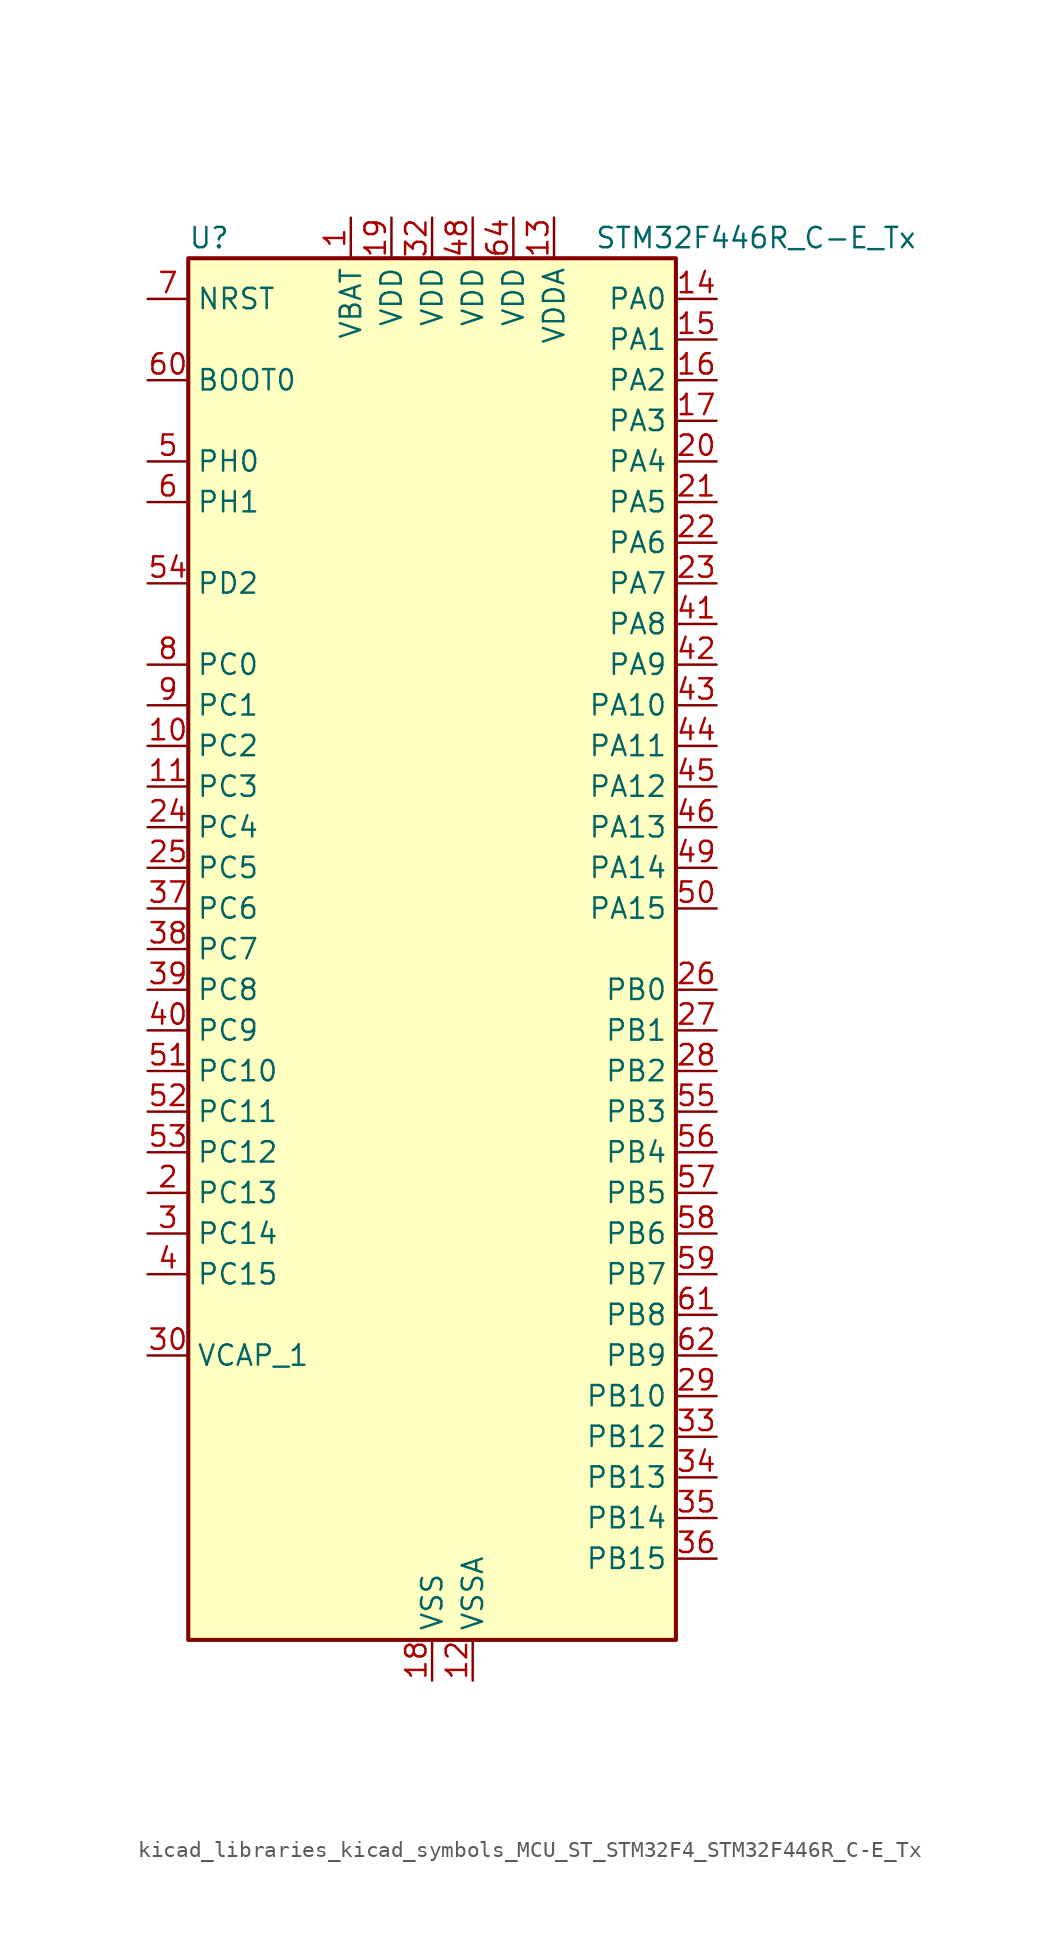
<source format=kicad_sym>
(kicad_symbol_lib
  (version 20220914)
  (generator kicad_symbol_editor)
  (symbol "kicad_libraries_kicad_symbols_MCU_ST_STM32F4_STM32F446R_C-E_Tx"
    (property "Reference" "U"
      (at -15.24 44.45 0)
      (effects (font (size 1.27 1.27)) (justify left)))
    (property "Value" "STM32F446R_C-E_Tx"
      (at 10.16 44.45 0)
      (effects (font (size 1.27 1.27)) (justify left)))
    (property "ki_locked" ""
      (at 0 0 0)
      (effects (font (size 1.27 1.27))))
    (symbol "kicad_libraries_kicad_symbols_MCU_ST_STM32F4_STM32F446R_C-E_Tx_0_1"
      (rectangle (start -15.24 -43.18) (end 15.24 43.18) (stroke (width 0.254) (type default)) (fill (type background))))
    (symbol "kicad_libraries_kicad_symbols_MCU_ST_STM32F4_STM32F446R_C-E_Tx_1_1"
      (pin power_in line (at -5.08 45.72 270) (length 2.54) (name "VBAT" (effects (font (size 1.27 1.27)))) (number "1" (effects (font (size 1.27 1.27)))))
      (pin bidirectional line (at -17.78 12.7 0) (length 2.54) (name "PC2" (effects (font (size 1.27 1.27)))) (number "10" (effects (font (size 1.27 1.27)))) (alternate "ADC1_IN12" bidirectional line) (alternate "ADC2_IN12" bidirectional line) (alternate "ADC3_IN12" bidirectional line) (alternate "SPI2_MISO" bidirectional line) (alternate "USB_OTG_HS_ULPI_DIR" bidirectional line))
      (pin bidirectional line (at -17.78 10.16 0) (length 2.54) (name "PC3" (effects (font (size 1.27 1.27)))) (number "11" (effects (font (size 1.27 1.27)))) (alternate "ADC1_IN13" bidirectional line) (alternate "ADC2_IN13" bidirectional line) (alternate "ADC3_IN13" bidirectional line) (alternate "I2S2_SD" bidirectional line) (alternate "SPI2_MOSI" bidirectional line) (alternate "USB_OTG_HS_ULPI_NXT" bidirectional line))
      (pin power_in line (at 2.54 -45.72 90) (length 2.54) (name "VSSA" (effects (font (size 1.27 1.27)))) (number "12" (effects (font (size 1.27 1.27)))))
      (pin power_in line (at 7.62 45.72 270) (length 2.54) (name "VDDA" (effects (font (size 1.27 1.27)))) (number "13" (effects (font (size 1.27 1.27)))))
      (pin bidirectional line (at 17.78 40.64 180) (length 2.54) (name "PA0" (effects (font (size 1.27 1.27)))) (number "14" (effects (font (size 1.27 1.27)))) (alternate "ADC1_IN0" bidirectional line) (alternate "ADC2_IN0" bidirectional line) (alternate "ADC3_IN0" bidirectional line) (alternate "RTC_AF2" bidirectional line) (alternate "SYS_WKUP0" bidirectional line) (alternate "TIM2_CH1" bidirectional line) (alternate "TIM2_ETR" bidirectional line) (alternate "TIM5_CH1" bidirectional line) (alternate "TIM8_ETR" bidirectional line) (alternate "UART4_TX" bidirectional line) (alternate "USART2_CTS" bidirectional line))
      (pin bidirectional line (at 17.78 38.1 180) (length 2.54) (name "PA1" (effects (font (size 1.27 1.27)))) (number "15" (effects (font (size 1.27 1.27)))) (alternate "ADC1_IN1" bidirectional line) (alternate "ADC2_IN1" bidirectional line) (alternate "ADC3_IN1" bidirectional line) (alternate "QUADSPI_BK1_IO3" bidirectional line) (alternate "TIM2_CH2" bidirectional line) (alternate "TIM5_CH2" bidirectional line) (alternate "UART4_RX" bidirectional line) (alternate "USART2_RTS" bidirectional line))
      (pin bidirectional line (at 17.78 35.56 180) (length 2.54) (name "PA2" (effects (font (size 1.27 1.27)))) (number "16" (effects (font (size 1.27 1.27)))) (alternate "ADC1_IN2" bidirectional line) (alternate "ADC2_IN2" bidirectional line) (alternate "ADC3_IN2" bidirectional line) (alternate "TIM2_CH3" bidirectional line) (alternate "TIM5_CH3" bidirectional line) (alternate "TIM9_CH1" bidirectional line) (alternate "USART2_TX" bidirectional line))
      (pin bidirectional line (at 17.78 33.02 180) (length 2.54) (name "PA3" (effects (font (size 1.27 1.27)))) (number "17" (effects (font (size 1.27 1.27)))) (alternate "ADC1_IN3" bidirectional line) (alternate "ADC2_IN3" bidirectional line) (alternate "ADC3_IN3" bidirectional line) (alternate "SAI1_FS_A" bidirectional line) (alternate "TIM2_CH4" bidirectional line) (alternate "TIM5_CH4" bidirectional line) (alternate "TIM9_CH2" bidirectional line) (alternate "USART2_RX" bidirectional line) (alternate "USB_OTG_HS_ULPI_D0" bidirectional line))
      (pin power_in line (at 0 -45.72 90) (length 2.54) (name "VSS" (effects (font (size 1.27 1.27)))) (number "18" (effects (font (size 1.27 1.27)))))
      (pin power_in line (at -2.54 45.72 270) (length 2.54) (name "VDD" (effects (font (size 1.27 1.27)))) (number "19" (effects (font (size 1.27 1.27)))))
      (pin bidirectional line (at -17.78 -15.24 0) (length 2.54) (name "PC13" (effects (font (size 1.27 1.27)))) (number "2" (effects (font (size 1.27 1.27)))) (alternate "RTC_AF1" bidirectional line) (alternate "SYS_WKUP1" bidirectional line))
      (pin bidirectional line (at 17.78 30.48 180) (length 2.54) (name "PA4" (effects (font (size 1.27 1.27)))) (number "20" (effects (font (size 1.27 1.27)))) (alternate "ADC1_IN4" bidirectional line) (alternate "ADC2_IN4" bidirectional line) (alternate "DAC_OUT1" bidirectional line) (alternate "DCMI_HSYNC" bidirectional line) (alternate "I2S1_WS" bidirectional line) (alternate "I2S3_WS" bidirectional line) (alternate "SPI1_NSS" bidirectional line) (alternate "SPI3_NSS" bidirectional line) (alternate "USART2_CK" bidirectional line) (alternate "USB_OTG_HS_SOF" bidirectional line))
      (pin bidirectional line (at 17.78 27.94 180) (length 2.54) (name "PA5" (effects (font (size 1.27 1.27)))) (number "21" (effects (font (size 1.27 1.27)))) (alternate "ADC1_IN5" bidirectional line) (alternate "ADC2_IN5" bidirectional line) (alternate "DAC_OUT2" bidirectional line) (alternate "I2S1_CK" bidirectional line) (alternate "SPI1_SCK" bidirectional line) (alternate "TIM2_CH1" bidirectional line) (alternate "TIM2_ETR" bidirectional line) (alternate "TIM8_CH1N" bidirectional line) (alternate "USB_OTG_HS_ULPI_CK" bidirectional line))
      (pin bidirectional line (at 17.78 25.4 180) (length 2.54) (name "PA6" (effects (font (size 1.27 1.27)))) (number "22" (effects (font (size 1.27 1.27)))) (alternate "ADC1_IN6" bidirectional line) (alternate "ADC2_IN6" bidirectional line) (alternate "DCMI_PIXCLK" bidirectional line) (alternate "I2S2_MCK" bidirectional line) (alternate "SPI1_MISO" bidirectional line) (alternate "TIM13_CH1" bidirectional line) (alternate "TIM1_BKIN" bidirectional line) (alternate "TIM3_CH1" bidirectional line) (alternate "TIM8_BKIN" bidirectional line))
      (pin bidirectional line (at 17.78 22.86 180) (length 2.54) (name "PA7" (effects (font (size 1.27 1.27)))) (number "23" (effects (font (size 1.27 1.27)))) (alternate "ADC1_IN7" bidirectional line) (alternate "ADC2_IN7" bidirectional line) (alternate "I2S1_SD" bidirectional line) (alternate "SPI1_MOSI" bidirectional line) (alternate "TIM14_CH1" bidirectional line) (alternate "TIM1_CH1N" bidirectional line) (alternate "TIM3_CH2" bidirectional line) (alternate "TIM8_CH1N" bidirectional line))
      (pin bidirectional line (at -17.78 7.62 0) (length 2.54) (name "PC4" (effects (font (size 1.27 1.27)))) (number "24" (effects (font (size 1.27 1.27)))) (alternate "ADC1_IN14" bidirectional line) (alternate "ADC2_IN14" bidirectional line) (alternate "I2S1_MCK" bidirectional line) (alternate "SPDIFRX_IN2" bidirectional line))
      (pin bidirectional line (at -17.78 5.08 0) (length 2.54) (name "PC5" (effects (font (size 1.27 1.27)))) (number "25" (effects (font (size 1.27 1.27)))) (alternate "ADC1_IN15" bidirectional line) (alternate "ADC2_IN15" bidirectional line) (alternate "SPDIFRX_IN3" bidirectional line) (alternate "USART3_RX" bidirectional line))
      (pin bidirectional line (at 17.78 -2.54 180) (length 2.54) (name "PB0" (effects (font (size 1.27 1.27)))) (number "26" (effects (font (size 1.27 1.27)))) (alternate "ADC1_IN8" bidirectional line) (alternate "ADC2_IN8" bidirectional line) (alternate "I2S3_SD" bidirectional line) (alternate "SDIO_D1" bidirectional line) (alternate "SPI3_MOSI" bidirectional line) (alternate "TIM1_CH2N" bidirectional line) (alternate "TIM3_CH3" bidirectional line) (alternate "TIM8_CH2N" bidirectional line) (alternate "UART4_CTS" bidirectional line) (alternate "USB_OTG_HS_ULPI_D1" bidirectional line))
      (pin bidirectional line (at 17.78 -5.08 180) (length 2.54) (name "PB1" (effects (font (size 1.27 1.27)))) (number "27" (effects (font (size 1.27 1.27)))) (alternate "ADC1_IN9" bidirectional line) (alternate "ADC2_IN9" bidirectional line) (alternate "SDIO_D2" bidirectional line) (alternate "TIM1_CH3N" bidirectional line) (alternate "TIM3_CH4" bidirectional line) (alternate "TIM8_CH3N" bidirectional line) (alternate "USB_OTG_HS_ULPI_D2" bidirectional line))
      (pin bidirectional line (at 17.78 -7.62 180) (length 2.54) (name "PB2" (effects (font (size 1.27 1.27)))) (number "28" (effects (font (size 1.27 1.27)))) (alternate "I2S3_SD" bidirectional line) (alternate "QUADSPI_CLK" bidirectional line) (alternate "SAI1_SD_A" bidirectional line) (alternate "SDIO_CK" bidirectional line) (alternate "SPI3_MOSI" bidirectional line) (alternate "TIM2_CH4" bidirectional line) (alternate "USB_OTG_HS_ULPI_D4" bidirectional line))
      (pin bidirectional line (at 17.78 -27.94 180) (length 2.54) (name "PB10" (effects (font (size 1.27 1.27)))) (number "29" (effects (font (size 1.27 1.27)))) (alternate "I2C2_SCL" bidirectional line) (alternate "I2S2_CK" bidirectional line) (alternate "SAI1_SCK_A" bidirectional line) (alternate "SPI2_SCK" bidirectional line) (alternate "TIM2_CH3" bidirectional line) (alternate "USART3_TX" bidirectional line) (alternate "USB_OTG_HS_ULPI_D3" bidirectional line))
      (pin bidirectional line (at -17.78 -17.78 0) (length 2.54) (name "PC14" (effects (font (size 1.27 1.27)))) (number "3" (effects (font (size 1.27 1.27)))) (alternate "RCC_OSC32_IN" bidirectional line))
      (pin power_out line (at -17.78 -25.4 0) (length 2.54) (name "VCAP_1" (effects (font (size 1.27 1.27)))) (number "30" (effects (font (size 1.27 1.27)))))
      (pin passive line (at 0 -45.72 90) (length 2.54) hide (name "VSS" (effects (font (size 1.27 1.27)))) (number "31" (effects (font (size 1.27 1.27)))))
      (pin power_in line (at 0 45.72 270) (length 2.54) (name "VDD" (effects (font (size 1.27 1.27)))) (number "32" (effects (font (size 1.27 1.27)))))
      (pin bidirectional line (at 17.78 -30.48 180) (length 2.54) (name "PB12" (effects (font (size 1.27 1.27)))) (number "33" (effects (font (size 1.27 1.27)))) (alternate "CAN2_RX" bidirectional line) (alternate "I2C2_SMBA" bidirectional line) (alternate "I2S2_WS" bidirectional line) (alternate "SAI1_SCK_B" bidirectional line) (alternate "SPI2_NSS" bidirectional line) (alternate "TIM1_BKIN" bidirectional line) (alternate "USART3_CK" bidirectional line) (alternate "USB_OTG_HS_ID" bidirectional line) (alternate "USB_OTG_HS_ULPI_D5" bidirectional line))
      (pin bidirectional line (at 17.78 -33.02 180) (length 2.54) (name "PB13" (effects (font (size 1.27 1.27)))) (number "34" (effects (font (size 1.27 1.27)))) (alternate "CAN2_TX" bidirectional line) (alternate "I2S2_CK" bidirectional line) (alternate "SPI2_SCK" bidirectional line) (alternate "TIM1_CH1N" bidirectional line) (alternate "USART3_CTS" bidirectional line) (alternate "USB_OTG_HS_ULPI_D6" bidirectional line) (alternate "USB_OTG_HS_VBUS" bidirectional line))
      (pin bidirectional line (at 17.78 -35.56 180) (length 2.54) (name "PB14" (effects (font (size 1.27 1.27)))) (number "35" (effects (font (size 1.27 1.27)))) (alternate "SPI2_MISO" bidirectional line) (alternate "TIM12_CH1" bidirectional line) (alternate "TIM1_CH2N" bidirectional line) (alternate "TIM8_CH2N" bidirectional line) (alternate "USART3_RTS" bidirectional line) (alternate "USB_OTG_HS_DM" bidirectional line))
      (pin bidirectional line (at 17.78 -38.1 180) (length 2.54) (name "PB15" (effects (font (size 1.27 1.27)))) (number "36" (effects (font (size 1.27 1.27)))) (alternate "ADC1_EXTI15" bidirectional line) (alternate "ADC2_EXTI15" bidirectional line) (alternate "ADC3_EXTI15" bidirectional line) (alternate "I2S2_SD" bidirectional line) (alternate "RTC_REFIN" bidirectional line) (alternate "SPI2_MOSI" bidirectional line) (alternate "TIM12_CH2" bidirectional line) (alternate "TIM1_CH3N" bidirectional line) (alternate "TIM8_CH3N" bidirectional line) (alternate "USB_OTG_HS_DP" bidirectional line))
      (pin bidirectional line (at -17.78 2.54 0) (length 2.54) (name "PC6" (effects (font (size 1.27 1.27)))) (number "37" (effects (font (size 1.27 1.27)))) (alternate "DCMI_D0" bidirectional line) (alternate "FMPI2C1_SCL" bidirectional line) (alternate "I2S2_MCK" bidirectional line) (alternate "SDIO_D6" bidirectional line) (alternate "TIM3_CH1" bidirectional line) (alternate "TIM8_CH1" bidirectional line) (alternate "USART6_TX" bidirectional line))
      (pin bidirectional line (at -17.78 0 0) (length 2.54) (name "PC7" (effects (font (size 1.27 1.27)))) (number "38" (effects (font (size 1.27 1.27)))) (alternate "DCMI_D1" bidirectional line) (alternate "FMPI2C1_SDA" bidirectional line) (alternate "I2S2_CK" bidirectional line) (alternate "I2S3_MCK" bidirectional line) (alternate "SDIO_D7" bidirectional line) (alternate "SPDIFRX_IN1" bidirectional line) (alternate "SPI2_SCK" bidirectional line) (alternate "TIM3_CH2" bidirectional line) (alternate "TIM8_CH2" bidirectional line) (alternate "USART6_RX" bidirectional line))
      (pin bidirectional line (at -17.78 -2.54 0) (length 2.54) (name "PC8" (effects (font (size 1.27 1.27)))) (number "39" (effects (font (size 1.27 1.27)))) (alternate "DCMI_D2" bidirectional line) (alternate "SDIO_D0" bidirectional line) (alternate "SYS_TRACED0" bidirectional line) (alternate "TIM3_CH3" bidirectional line) (alternate "TIM8_CH3" bidirectional line) (alternate "UART5_RTS" bidirectional line) (alternate "USART6_CK" bidirectional line))
      (pin bidirectional line (at -17.78 -20.32 0) (length 2.54) (name "PC15" (effects (font (size 1.27 1.27)))) (number "4" (effects (font (size 1.27 1.27)))) (alternate "ADC1_EXTI15" bidirectional line) (alternate "ADC2_EXTI15" bidirectional line) (alternate "ADC3_EXTI15" bidirectional line) (alternate "RCC_OSC32_OUT" bidirectional line))
      (pin bidirectional line (at -17.78 -5.08 0) (length 2.54) (name "PC9" (effects (font (size 1.27 1.27)))) (number "40" (effects (font (size 1.27 1.27)))) (alternate "DAC_EXTI9" bidirectional line) (alternate "DCMI_D3" bidirectional line) (alternate "I2C3_SDA" bidirectional line) (alternate "I2S_CKIN" bidirectional line) (alternate "QUADSPI_BK1_IO0" bidirectional line) (alternate "RCC_MCO_2" bidirectional line) (alternate "SDIO_D1" bidirectional line) (alternate "TIM3_CH4" bidirectional line) (alternate "TIM8_CH4" bidirectional line) (alternate "UART5_CTS" bidirectional line))
      (pin bidirectional line (at 17.78 20.32 180) (length 2.54) (name "PA8" (effects (font (size 1.27 1.27)))) (number "41" (effects (font (size 1.27 1.27)))) (alternate "I2C3_SCL" bidirectional line) (alternate "RCC_MCO_1" bidirectional line) (alternate "TIM1_CH1" bidirectional line) (alternate "USART1_CK" bidirectional line) (alternate "USB_OTG_FS_SOF" bidirectional line))
      (pin bidirectional line (at 17.78 17.78 180) (length 2.54) (name "PA9" (effects (font (size 1.27 1.27)))) (number "42" (effects (font (size 1.27 1.27)))) (alternate "DAC_EXTI9" bidirectional line) (alternate "DCMI_D0" bidirectional line) (alternate "I2C3_SMBA" bidirectional line) (alternate "I2S2_CK" bidirectional line) (alternate "SAI1_SD_B" bidirectional line) (alternate "SPI2_SCK" bidirectional line) (alternate "TIM1_CH2" bidirectional line) (alternate "USART1_TX" bidirectional line) (alternate "USB_OTG_FS_VBUS" bidirectional line))
      (pin bidirectional line (at 17.78 15.24 180) (length 2.54) (name "PA10" (effects (font (size 1.27 1.27)))) (number "43" (effects (font (size 1.27 1.27)))) (alternate "DCMI_D1" bidirectional line) (alternate "TIM1_CH3" bidirectional line) (alternate "USART1_RX" bidirectional line) (alternate "USB_OTG_FS_ID" bidirectional line))
      (pin bidirectional line (at 17.78 12.7 180) (length 2.54) (name "PA11" (effects (font (size 1.27 1.27)))) (number "44" (effects (font (size 1.27 1.27)))) (alternate "ADC1_EXTI11" bidirectional line) (alternate "ADC2_EXTI11" bidirectional line) (alternate "ADC3_EXTI11" bidirectional line) (alternate "CAN1_RX" bidirectional line) (alternate "TIM1_CH4" bidirectional line) (alternate "USART1_CTS" bidirectional line) (alternate "USB_OTG_FS_DM" bidirectional line))
      (pin bidirectional line (at 17.78 10.16 180) (length 2.54) (name "PA12" (effects (font (size 1.27 1.27)))) (number "45" (effects (font (size 1.27 1.27)))) (alternate "CAN1_TX" bidirectional line) (alternate "TIM1_ETR" bidirectional line) (alternate "USART1_RTS" bidirectional line) (alternate "USB_OTG_FS_DP" bidirectional line))
      (pin bidirectional line (at 17.78 7.62 180) (length 2.54) (name "PA13" (effects (font (size 1.27 1.27)))) (number "46" (effects (font (size 1.27 1.27)))) (alternate "SYS_JTMS-SWDIO" bidirectional line))
      (pin passive line (at 0 -45.72 90) (length 2.54) hide (name "VSS" (effects (font (size 1.27 1.27)))) (number "47" (effects (font (size 1.27 1.27)))))
      (pin power_in line (at 2.54 45.72 270) (length 2.54) (name "VDD" (effects (font (size 1.27 1.27)))) (number "48" (effects (font (size 1.27 1.27)))))
      (pin bidirectional line (at 17.78 5.08 180) (length 2.54) (name "PA14" (effects (font (size 1.27 1.27)))) (number "49" (effects (font (size 1.27 1.27)))) (alternate "SYS_JTCK-SWCLK" bidirectional line))
      (pin bidirectional line (at -17.78 30.48 0) (length 2.54) (name "PH0" (effects (font (size 1.27 1.27)))) (number "5" (effects (font (size 1.27 1.27)))) (alternate "RCC_OSC_IN" bidirectional line))
      (pin bidirectional line (at 17.78 2.54 180) (length 2.54) (name "PA15" (effects (font (size 1.27 1.27)))) (number "50" (effects (font (size 1.27 1.27)))) (alternate "ADC1_EXTI15" bidirectional line) (alternate "ADC2_EXTI15" bidirectional line) (alternate "ADC3_EXTI15" bidirectional line) (alternate "CEC" bidirectional line) (alternate "I2S1_WS" bidirectional line) (alternate "I2S3_WS" bidirectional line) (alternate "SPI1_NSS" bidirectional line) (alternate "SPI3_NSS" bidirectional line) (alternate "SYS_JTDI" bidirectional line) (alternate "TIM2_CH1" bidirectional line) (alternate "TIM2_ETR" bidirectional line) (alternate "UART4_RTS" bidirectional line))
      (pin bidirectional line (at -17.78 -7.62 0) (length 2.54) (name "PC10" (effects (font (size 1.27 1.27)))) (number "51" (effects (font (size 1.27 1.27)))) (alternate "DCMI_D8" bidirectional line) (alternate "I2S3_CK" bidirectional line) (alternate "QUADSPI_BK1_IO1" bidirectional line) (alternate "SDIO_D2" bidirectional line) (alternate "SPI3_SCK" bidirectional line) (alternate "UART4_TX" bidirectional line) (alternate "USART3_TX" bidirectional line))
      (pin bidirectional line (at -17.78 -10.16 0) (length 2.54) (name "PC11" (effects (font (size 1.27 1.27)))) (number "52" (effects (font (size 1.27 1.27)))) (alternate "ADC1_EXTI11" bidirectional line) (alternate "ADC2_EXTI11" bidirectional line) (alternate "ADC3_EXTI11" bidirectional line) (alternate "DCMI_D4" bidirectional line) (alternate "QUADSPI_BK2_NCS" bidirectional line) (alternate "SDIO_D3" bidirectional line) (alternate "SPI3_MISO" bidirectional line) (alternate "UART4_RX" bidirectional line) (alternate "USART3_RX" bidirectional line))
      (pin bidirectional line (at -17.78 -12.7 0) (length 2.54) (name "PC12" (effects (font (size 1.27 1.27)))) (number "53" (effects (font (size 1.27 1.27)))) (alternate "DCMI_D9" bidirectional line) (alternate "I2C2_SDA" bidirectional line) (alternate "I2S3_SD" bidirectional line) (alternate "SDIO_CK" bidirectional line) (alternate "SPI3_MOSI" bidirectional line) (alternate "UART5_TX" bidirectional line) (alternate "USART3_CK" bidirectional line))
      (pin bidirectional line (at -17.78 22.86 0) (length 2.54) (name "PD2" (effects (font (size 1.27 1.27)))) (number "54" (effects (font (size 1.27 1.27)))) (alternate "DCMI_D11" bidirectional line) (alternate "SDIO_CMD" bidirectional line) (alternate "TIM3_ETR" bidirectional line) (alternate "UART5_RX" bidirectional line))
      (pin bidirectional line (at 17.78 -10.16 180) (length 2.54) (name "PB3" (effects (font (size 1.27 1.27)))) (number "55" (effects (font (size 1.27 1.27)))) (alternate "I2C2_SDA" bidirectional line) (alternate "I2S1_CK" bidirectional line) (alternate "I2S3_CK" bidirectional line) (alternate "SPI1_SCK" bidirectional line) (alternate "SPI3_SCK" bidirectional line) (alternate "SYS_JTDO-SWO" bidirectional line) (alternate "TIM2_CH2" bidirectional line))
      (pin bidirectional line (at 17.78 -12.7 180) (length 2.54) (name "PB4" (effects (font (size 1.27 1.27)))) (number "56" (effects (font (size 1.27 1.27)))) (alternate "I2C3_SDA" bidirectional line) (alternate "I2S2_WS" bidirectional line) (alternate "SPI1_MISO" bidirectional line) (alternate "SPI2_NSS" bidirectional line) (alternate "SPI3_MISO" bidirectional line) (alternate "SYS_JTRST" bidirectional line) (alternate "TIM3_CH1" bidirectional line))
      (pin bidirectional line (at 17.78 -15.24 180) (length 2.54) (name "PB5" (effects (font (size 1.27 1.27)))) (number "57" (effects (font (size 1.27 1.27)))) (alternate "CAN2_RX" bidirectional line) (alternate "DCMI_D10" bidirectional line) (alternate "I2C1_SMBA" bidirectional line) (alternate "I2S1_SD" bidirectional line) (alternate "I2S3_SD" bidirectional line) (alternate "SPI1_MOSI" bidirectional line) (alternate "SPI3_MOSI" bidirectional line) (alternate "TIM3_CH2" bidirectional line) (alternate "USB_OTG_HS_ULPI_D7" bidirectional line))
      (pin bidirectional line (at 17.78 -17.78 180) (length 2.54) (name "PB6" (effects (font (size 1.27 1.27)))) (number "58" (effects (font (size 1.27 1.27)))) (alternate "CAN2_TX" bidirectional line) (alternate "CEC" bidirectional line) (alternate "DCMI_D5" bidirectional line) (alternate "I2C1_SCL" bidirectional line) (alternate "QUADSPI_BK1_NCS" bidirectional line) (alternate "TIM4_CH1" bidirectional line) (alternate "USART1_TX" bidirectional line))
      (pin bidirectional line (at 17.78 -20.32 180) (length 2.54) (name "PB7" (effects (font (size 1.27 1.27)))) (number "59" (effects (font (size 1.27 1.27)))) (alternate "DCMI_VSYNC" bidirectional line) (alternate "I2C1_SDA" bidirectional line) (alternate "SPDIFRX_IN0" bidirectional line) (alternate "TIM4_CH2" bidirectional line) (alternate "USART1_RX" bidirectional line))
      (pin bidirectional line (at -17.78 27.94 0) (length 2.54) (name "PH1" (effects (font (size 1.27 1.27)))) (number "6" (effects (font (size 1.27 1.27)))) (alternate "RCC_OSC_OUT" bidirectional line))
      (pin input line (at -17.78 35.56 0) (length 2.54) (name "BOOT0" (effects (font (size 1.27 1.27)))) (number "60" (effects (font (size 1.27 1.27)))))
      (pin bidirectional line (at 17.78 -22.86 180) (length 2.54) (name "PB8" (effects (font (size 1.27 1.27)))) (number "61" (effects (font (size 1.27 1.27)))) (alternate "CAN1_RX" bidirectional line) (alternate "DCMI_D6" bidirectional line) (alternate "I2C1_SCL" bidirectional line) (alternate "SDIO_D4" bidirectional line) (alternate "TIM10_CH1" bidirectional line) (alternate "TIM2_CH1" bidirectional line) (alternate "TIM2_ETR" bidirectional line) (alternate "TIM4_CH3" bidirectional line))
      (pin bidirectional line (at 17.78 -25.4 180) (length 2.54) (name "PB9" (effects (font (size 1.27 1.27)))) (number "62" (effects (font (size 1.27 1.27)))) (alternate "CAN1_TX" bidirectional line) (alternate "DAC_EXTI9" bidirectional line) (alternate "DCMI_D7" bidirectional line) (alternate "I2C1_SDA" bidirectional line) (alternate "I2S2_WS" bidirectional line) (alternate "SAI1_FS_B" bidirectional line) (alternate "SDIO_D5" bidirectional line) (alternate "SPI2_NSS" bidirectional line) (alternate "TIM11_CH1" bidirectional line) (alternate "TIM2_CH2" bidirectional line) (alternate "TIM4_CH4" bidirectional line))
      (pin passive line (at 0 -45.72 90) (length 2.54) hide (name "VSS" (effects (font (size 1.27 1.27)))) (number "63" (effects (font (size 1.27 1.27)))))
      (pin power_in line (at 5.08 45.72 270) (length 2.54) (name "VDD" (effects (font (size 1.27 1.27)))) (number "64" (effects (font (size 1.27 1.27)))))
      (pin input line (at -17.78 40.64 0) (length 2.54) (name "NRST" (effects (font (size 1.27 1.27)))) (number "7" (effects (font (size 1.27 1.27)))))
      (pin bidirectional line (at -17.78 17.78 0) (length 2.54) (name "PC0" (effects (font (size 1.27 1.27)))) (number "8" (effects (font (size 1.27 1.27)))) (alternate "ADC1_IN10" bidirectional line) (alternate "ADC2_IN10" bidirectional line) (alternate "ADC3_IN10" bidirectional line) (alternate "SAI1_MCLK_B" bidirectional line) (alternate "USB_OTG_HS_ULPI_STP" bidirectional line))
      (pin bidirectional line (at -17.78 15.24 0) (length 2.54) (name "PC1" (effects (font (size 1.27 1.27)))) (number "9" (effects (font (size 1.27 1.27)))) (alternate "ADC1_IN11" bidirectional line) (alternate "ADC2_IN11" bidirectional line) (alternate "ADC3_IN11" bidirectional line) (alternate "I2S2_SD" bidirectional line) (alternate "I2S3_SD" bidirectional line) (alternate "SAI1_SD_A" bidirectional line) (alternate "SPI2_MOSI" bidirectional line) (alternate "SPI3_MOSI" bidirectional line)))))
</source>
